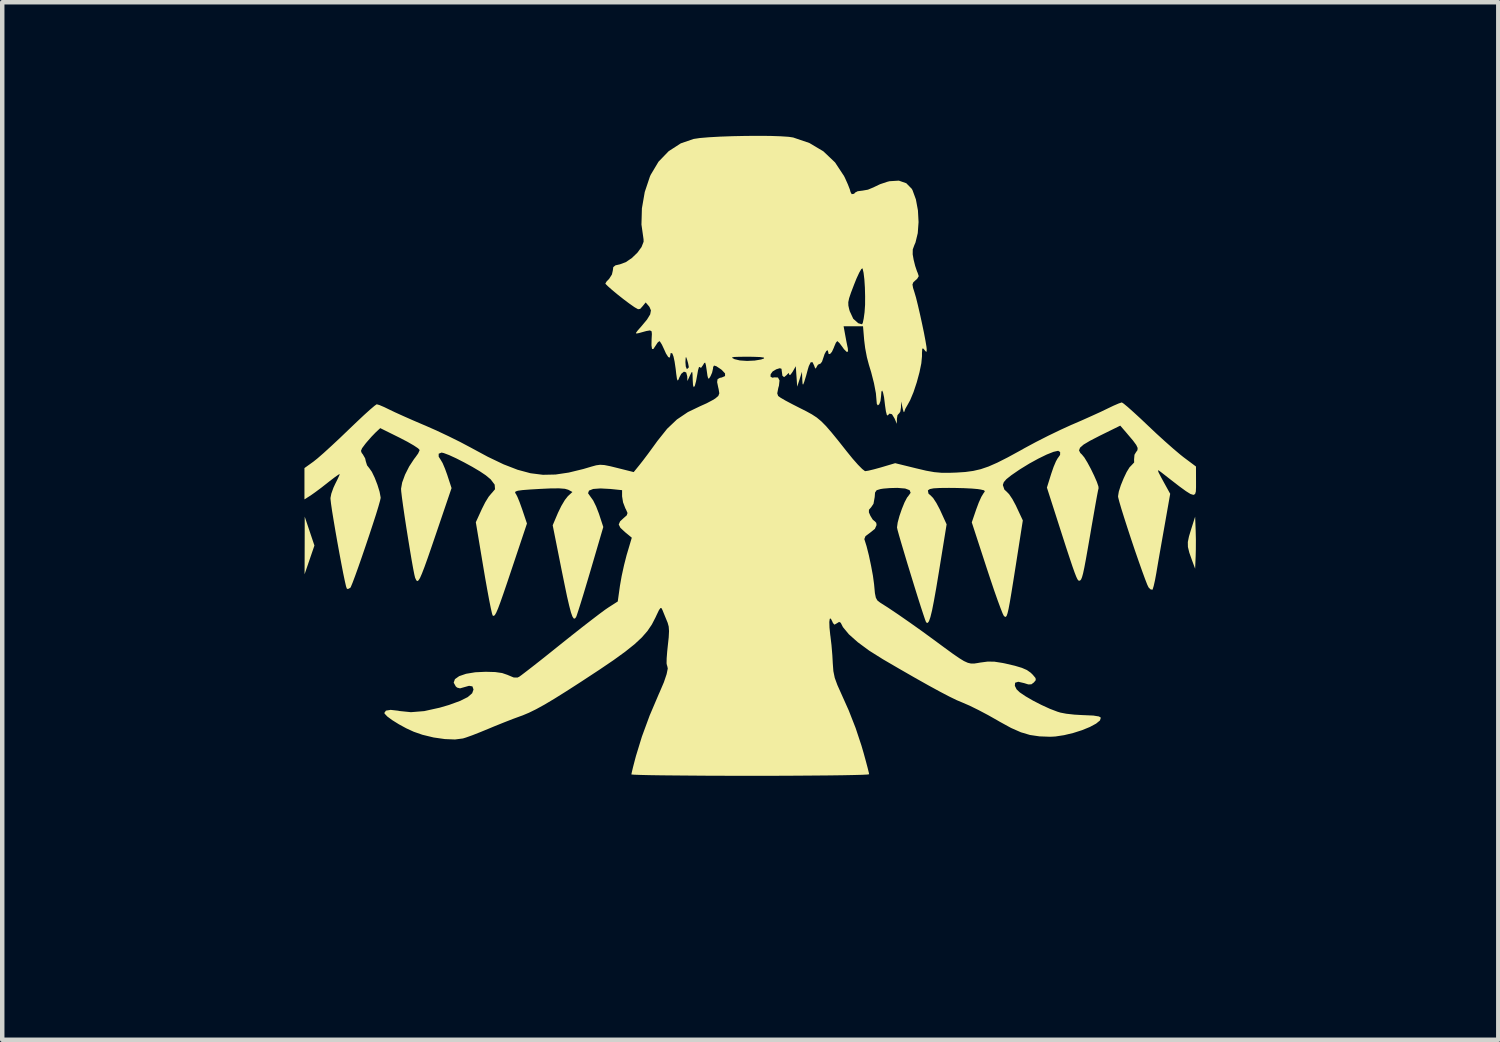
<source format=kicad_pcb>
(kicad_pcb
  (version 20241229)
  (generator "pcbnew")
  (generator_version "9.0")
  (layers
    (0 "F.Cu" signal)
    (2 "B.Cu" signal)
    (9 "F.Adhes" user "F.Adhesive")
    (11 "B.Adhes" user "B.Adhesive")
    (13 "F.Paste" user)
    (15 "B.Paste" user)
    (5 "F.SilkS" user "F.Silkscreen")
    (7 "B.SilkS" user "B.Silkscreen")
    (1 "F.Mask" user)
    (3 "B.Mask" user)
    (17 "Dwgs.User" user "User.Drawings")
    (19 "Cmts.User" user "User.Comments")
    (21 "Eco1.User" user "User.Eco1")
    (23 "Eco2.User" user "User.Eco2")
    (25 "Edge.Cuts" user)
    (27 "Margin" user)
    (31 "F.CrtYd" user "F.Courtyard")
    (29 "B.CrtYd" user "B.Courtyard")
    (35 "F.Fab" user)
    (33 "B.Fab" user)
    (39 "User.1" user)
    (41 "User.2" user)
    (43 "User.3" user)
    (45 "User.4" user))
  (footprint "LOGO_FLAN_001-20x15"
    (layer "F.Cu")
    (at 13.796 6.862)
    (property "Reference" "LOGO_FLAN_001-20x15" (at 0 9.017 0) (layer "Eco1.User") (effects (font (size 1.524 1.524) (thickness 0.3))))
    (attr through_hole)
    (fp_poly (pts (xy -9.895 2.013) (xy -9.786 2.337) (xy -10.007 2.982) (xy -10.005 2.336) (xy -10.004 1.689)) (stroke (width 0) (type solid)) (fill yes) (layer "F.SilkS"))
    (fp_poly (pts (xy 10.001 1.993) (xy 10.006 2.2) (xy 10.005 2.423) (xy 10.001 2.577) (xy 9.989 2.857) (xy 9.919 2.669) (xy 9.858 2.496) (xy 9.827 2.369) (xy 9.825 2.258) (xy 9.851 2.132) (xy 9.893 1.993) (xy 9.989 1.689)) (stroke (width 0) (type solid)) (fill yes) (layer "F.SilkS"))
    (fp_poly (pts (xy 0.451 -6.86) (xy 0.683 -6.852) (xy 0.864 -6.84) (xy 0.963 -6.825) (xy 1.328 -6.701) (xy 1.643 -6.513) (xy 1.904 -6.265) (xy 2.105 -5.96) (xy 2.129 -5.912) (xy 2.191 -5.774) (xy 2.235 -5.661) (xy 2.252 -5.599) (xy 2.252 -5.599) (xy 2.278 -5.552) (xy 2.331 -5.561) (xy 2.356 -5.589) (xy 2.412 -5.618) (xy 2.512 -5.631) (xy 2.515 -5.631) (xy 2.642 -5.653) (xy 2.774 -5.708) (xy 2.787 -5.715) (xy 2.915 -5.776) (xy 3.073 -5.829) (xy 3.127 -5.843) (xy 3.336 -5.856) (xy 3.503 -5.798) (xy 3.626 -5.673) (xy 3.644 -5.64) (xy 3.719 -5.435) (xy 3.765 -5.187) (xy 3.779 -4.926) (xy 3.761 -4.677) (xy 3.71 -4.467) (xy 3.684 -4.407) (xy 3.649 -4.312) (xy 3.647 -4.202) (xy 3.668 -4.081) (xy 3.703 -3.941) (xy 3.743 -3.822) (xy 3.759 -3.785) (xy 3.783 -3.711) (xy 3.746 -3.649) (xy 3.714 -3.622) (xy 3.661 -3.573) (xy 3.642 -3.524) (xy 3.656 -3.446) (xy 3.687 -3.348) (xy 3.722 -3.229) (xy 3.764 -3.059) (xy 3.811 -2.857) (xy 3.858 -2.642) (xy 3.901 -2.436) (xy 3.935 -2.256) (xy 3.957 -2.123) (xy 3.962 -2.067) (xy 3.958 -2.011) (xy 3.933 -2.027) (xy 3.908 -2.06) (xy 3.877 -2.093) (xy 3.861 -2.073) (xy 3.856 -1.988) (xy 3.856 -1.912) (xy 3.841 -1.754) (xy 3.799 -1.55) (xy 3.738 -1.325) (xy 3.666 -1.108) (xy 3.59 -0.926) (xy 3.536 -0.828) (xy 3.482 -0.733) (xy 3.456 -0.661) (xy 3.446 -0.659) (xy 3.426 -0.723) (xy 3.42 -0.751) (xy 3.389 -0.897) (xy 3.384 -0.761) (xy 3.369 -0.669) (xy 3.34 -0.626) (xy 3.337 -0.626) (xy 3.306 -0.59) (xy 3.293 -0.511) (xy 3.291 -0.396) (xy 3.241 -0.514) (xy 3.182 -0.611) (xy 3.126 -0.625) (xy 3.085 -0.582) (xy 3.067 -0.595) (xy 3.046 -0.674) (xy 3.027 -0.804) (xy 3.024 -0.829) (xy 3.004 -0.993) (xy 2.981 -1.1) (xy 2.961 -1.144) (xy 2.945 -1.119) (xy 2.937 -1.017) (xy 2.924 -0.908) (xy 2.896 -0.835) (xy 2.865 -0.81) (xy 2.842 -0.843) (xy 2.836 -0.907) (xy 2.821 -1.082) (xy 2.778 -1.308) (xy 2.714 -1.558) (xy 2.664 -1.721) (xy 2.619 -1.891) (xy 2.58 -2.097) (xy 2.558 -2.273) (xy 2.532 -2.586) (xy 2.096 -2.586) (xy 2.132 -2.388) (xy 2.158 -2.248) (xy 2.182 -2.129) (xy 2.19 -2.096) (xy 2.196 -2.019) (xy 2.165 -2.011) (xy 2.104 -2.072) (xy 2.065 -2.127) (xy 2.002 -2.21) (xy 1.958 -2.251) (xy 1.953 -2.252) (xy 1.923 -2.217) (xy 1.885 -2.129) (xy 1.877 -2.106) (xy 1.834 -2.012) (xy 1.79 -1.962) (xy 1.758 -1.966) (xy 1.752 -2.002) (xy 1.738 -2.049) (xy 1.707 -2.031) (xy 1.669 -1.963) (xy 1.644 -1.887) (xy 1.611 -1.791) (xy 1.575 -1.745) (xy 1.566 -1.744) (xy 1.52 -1.723) (xy 1.495 -1.682) (xy 1.47 -1.634) (xy 1.45 -1.659) (xy 1.436 -1.7) (xy 1.398 -1.78) (xy 1.357 -1.777) (xy 1.315 -1.692) (xy 1.292 -1.616) (xy 1.255 -1.478) (xy 1.218 -1.358) (xy 1.211 -1.335) (xy 1.188 -1.278) (xy 1.175 -1.287) (xy 1.169 -1.37) (xy 1.168 -1.397) (xy 1.161 -1.564) (xy 1.108 -1.397) (xy 1.054 -1.23) (xy 1.038 -1.46) (xy 1.022 -1.689) (xy 0.951 -1.564) (xy 0.904 -1.498) (xy 0.878 -1.492) (xy 0.876 -1.501) (xy 0.865 -1.538) (xy 0.829 -1.506) (xy 0.818 -1.492) (xy 0.76 -1.444) (xy 0.722 -1.475) (xy 0.709 -1.569) (xy 0.701 -1.632) (xy 0.662 -1.644) (xy 0.584 -1.62) (xy 0.503 -1.572) (xy 0.458 -1.51) (xy 0.454 -1.456) (xy 0.496 -1.431) (xy 0.542 -1.439) (xy 0.622 -1.436) (xy 0.657 -1.37) (xy 0.644 -1.251) (xy 0.63 -1.204) (xy 0.606 -1.08) (xy 0.626 -1.021) (xy 0.679 -0.983) (xy 0.79 -0.918) (xy 0.943 -0.837) (xy 1.1 -0.757) (xy 1.257 -0.678) (xy 1.384 -0.608) (xy 1.493 -0.537) (xy 1.595 -0.452) (xy 1.701 -0.345) (xy 1.824 -0.203) (xy 1.976 -0.017) (xy 2.165 0.222) (xy 2.298 0.386) (xy 2.418 0.522) (xy 2.514 0.619) (xy 2.574 0.665) (xy 2.582 0.667) (xy 2.653 0.656) (xy 2.778 0.626) (xy 2.931 0.584) (xy 2.951 0.578) (xy 3.254 0.488) (xy 3.722 0.603) (xy 3.95 0.657) (xy 4.131 0.689) (xy 4.297 0.704) (xy 4.483 0.704) (xy 4.628 0.699) (xy 4.828 0.686) (xy 5.005 0.662) (xy 5.174 0.623) (xy 5.35 0.563) (xy 5.548 0.476) (xy 5.783 0.357) (xy 6.069 0.201) (xy 6.161 0.149) (xy 6.412 0.014) (xy 6.693 -0.129) (xy 6.971 -0.263) (xy 7.212 -0.373) (xy 7.225 -0.378) (xy 7.447 -0.474) (xy 7.672 -0.575) (xy 7.872 -0.666) (xy 8.017 -0.736) (xy 8.159 -0.804) (xy 8.273 -0.853) (xy 8.339 -0.875) (xy 8.343 -0.876) (xy 8.386 -0.848) (xy 8.478 -0.772) (xy 8.609 -0.655) (xy 8.768 -0.509) (xy 8.92 -0.365) (xy 9.117 -0.179) (xy 9.317 0.003) (xy 9.503 0.167) (xy 9.657 0.297) (xy 9.73 0.355) (xy 10.008 0.563) (xy 10.009 0.909) (xy 10.009 1.033) (xy 10.005 1.125) (xy 9.988 1.181) (xy 9.951 1.2) (xy 9.885 1.18) (xy 9.784 1.117) (xy 9.638 1.011) (xy 9.44 0.858) (xy 9.222 0.688) (xy 9.172 0.652) (xy 9.154 0.652) (xy 9.17 0.699) (xy 9.224 0.803) (xy 9.272 0.891) (xy 9.429 1.176) (xy 9.303 1.892) (xy 9.256 2.157) (xy 9.209 2.424) (xy 9.166 2.669) (xy 9.132 2.868) (xy 9.118 2.953) (xy 9.088 3.115) (xy 9.059 3.244) (xy 9.036 3.319) (xy 9.031 3.329) (xy 8.988 3.322) (xy 8.944 3.278) (xy 8.914 3.216) (xy 8.864 3.087) (xy 8.798 2.907) (xy 8.721 2.689) (xy 8.637 2.447) (xy 8.552 2.194) (xy 8.47 1.944) (xy 8.395 1.711) (xy 8.332 1.51) (xy 8.286 1.352) (xy 8.261 1.254) (xy 8.258 1.231) (xy 8.275 1.126) (xy 8.32 0.985) (xy 8.383 0.83) (xy 8.451 0.687) (xy 8.516 0.581) (xy 8.558 0.538) (xy 8.62 0.472) (xy 8.618 0.405) (xy 8.627 0.299) (xy 8.661 0.242) (xy 8.694 0.196) (xy 8.698 0.146) (xy 8.667 0.079) (xy 8.594 -0.02) (xy 8.472 -0.164) (xy 8.452 -0.188) (xy 8.308 -0.355) (xy 7.845 -0.127) (xy 7.63 -0.016) (xy 7.485 0.07) (xy 7.405 0.14) (xy 7.382 0.201) (xy 7.411 0.259) (xy 7.448 0.295) (xy 7.502 0.361) (xy 7.572 0.476) (xy 7.649 0.619) (xy 7.722 0.77) (xy 7.782 0.907) (xy 7.817 1.009) (xy 7.821 1.051) (xy 7.808 1.106) (xy 7.784 1.231) (xy 7.751 1.414) (xy 7.711 1.643) (xy 7.665 1.905) (xy 7.636 2.076) (xy 7.58 2.398) (xy 7.536 2.647) (xy 7.501 2.832) (xy 7.473 2.963) (xy 7.449 3.049) (xy 7.428 3.099) (xy 7.407 3.122) (xy 7.385 3.128) (xy 7.383 3.128) (xy 7.367 3.121) (xy 7.346 3.093) (xy 7.32 3.038) (xy 7.284 2.946) (xy 7.236 2.811) (xy 7.173 2.623) (xy 7.091 2.375) (xy 6.989 2.058) (xy 6.94 1.905) (xy 6.661 1.036) (xy 6.758 0.725) (xy 6.811 0.571) (xy 6.864 0.446) (xy 6.905 0.374) (xy 6.91 0.369) (xy 6.957 0.302) (xy 6.958 0.238) (xy 6.914 0.21) (xy 6.913 0.21) (xy 6.81 0.233) (xy 6.656 0.294) (xy 6.468 0.386) (xy 6.264 0.498) (xy 6.062 0.622) (xy 6.03 0.643) (xy 5.86 0.76) (xy 5.751 0.847) (xy 5.693 0.914) (xy 5.673 0.972) (xy 5.672 0.981) (xy 5.706 1.081) (xy 5.755 1.126) (xy 5.812 1.184) (xy 5.887 1.296) (xy 5.965 1.441) (xy 5.979 1.472) (xy 6.12 1.773) (xy 5.962 2.783) (xy 5.907 3.13) (xy 5.863 3.403) (xy 5.828 3.61) (xy 5.8 3.759) (xy 5.777 3.858) (xy 5.757 3.915) (xy 5.738 3.939) (xy 5.718 3.937) (xy 5.695 3.917) (xy 5.693 3.915) (xy 5.666 3.861) (xy 5.618 3.739) (xy 5.552 3.56) (xy 5.473 3.335) (xy 5.386 3.076) (xy 5.307 2.838) (xy 4.974 1.817) (xy 5.073 1.527) (xy 5.13 1.374) (xy 5.188 1.245) (xy 5.234 1.169) (xy 5.235 1.167) (xy 5.267 1.123) (xy 5.25 1.097) (xy 5.171 1.079) (xy 5.105 1.069) (xy 4.979 1.058) (xy 4.798 1.049) (xy 4.591 1.044) (xy 4.461 1.043) (xy 4.254 1.045) (xy 4.116 1.053) (xy 4.034 1.069) (xy 3.995 1.093) (xy 3.989 1.105) (xy 4.002 1.172) (xy 4.049 1.212) (xy 4.106 1.27) (xy 4.18 1.383) (xy 4.257 1.528) (xy 4.271 1.559) (xy 4.409 1.861) (xy 4.235 2.933) (xy 4.175 3.295) (xy 4.124 3.58) (xy 4.082 3.794) (xy 4.045 3.944) (xy 4.013 4.036) (xy 3.985 4.075) (xy 3.957 4.068) (xy 3.946 4.054) (xy 3.925 3.999) (xy 3.884 3.878) (xy 3.827 3.704) (xy 3.759 3.49) (xy 3.684 3.249) (xy 3.606 2.995) (xy 3.528 2.741) (xy 3.456 2.5) (xy 3.392 2.285) (xy 3.341 2.11) (xy 3.307 1.987) (xy 3.295 1.93) (xy 3.295 1.93) (xy 3.31 1.821) (xy 3.35 1.673) (xy 3.405 1.513) (xy 3.465 1.366) (xy 3.521 1.26) (xy 3.545 1.231) (xy 3.601 1.153) (xy 3.578 1.094) (xy 3.479 1.057) (xy 3.306 1.043) (xy 3.295 1.043) (xy 3.136 1.047) (xy 2.989 1.059) (xy 2.925 1.069) (xy 2.838 1.095) (xy 2.802 1.147) (xy 2.794 1.25) (xy 2.767 1.4) (xy 2.715 1.477) (xy 2.665 1.534) (xy 2.664 1.593) (xy 2.698 1.671) (xy 2.75 1.755) (xy 2.795 1.793) (xy 2.797 1.793) (xy 2.829 1.828) (xy 2.836 1.878) (xy 2.798 1.963) (xy 2.691 2.049) (xy 2.688 2.051) (xy 2.587 2.127) (xy 2.561 2.193) (xy 2.563 2.198) (xy 2.611 2.351) (xy 2.663 2.556) (xy 2.712 2.787) (xy 2.754 3.013) (xy 2.78 3.205) (xy 2.784 3.246) (xy 2.799 3.408) (xy 2.82 3.509) (xy 2.854 3.57) (xy 2.91 3.614) (xy 2.915 3.618) (xy 3.094 3.732) (xy 3.322 3.885) (xy 3.581 4.065) (xy 3.853 4.258) (xy 4.108 4.444) (xy 4.355 4.626) (xy 4.544 4.764) (xy 4.689 4.864) (xy 4.798 4.931) (xy 4.884 4.97) (xy 4.957 4.987) (xy 5.028 4.987) (xy 5.108 4.975) (xy 5.164 4.965) (xy 5.33 4.943) (xy 5.482 4.945) (xy 5.661 4.973) (xy 5.721 4.985) (xy 5.943 5.037) (xy 6.1 5.084) (xy 6.212 5.133) (xy 6.297 5.193) (xy 6.344 5.239) (xy 6.405 5.312) (xy 6.411 5.359) (xy 6.369 5.411) (xy 6.312 5.453) (xy 6.244 5.456) (xy 6.148 5.426) (xy 6.018 5.396) (xy 5.947 5.418) (xy 5.941 5.487) (xy 5.98 5.566) (xy 6.051 5.634) (xy 6.181 5.722) (xy 6.35 5.82) (xy 6.539 5.917) (xy 6.729 6.004) (xy 6.9 6.069) (xy 6.966 6.089) (xy 7.097 6.114) (xy 7.277 6.134) (xy 7.47 6.145) (xy 7.503 6.146) (xy 7.704 6.155) (xy 7.829 6.175) (xy 7.872 6.202) (xy 7.852 6.265) (xy 7.765 6.336) (xy 7.626 6.411) (xy 7.45 6.483) (xy 7.252 6.546) (xy 7.047 6.595) (xy 6.85 6.625) (xy 6.736 6.631) (xy 6.493 6.622) (xy 6.281 6.591) (xy 6.076 6.53) (xy 5.856 6.433) (xy 5.597 6.291) (xy 5.553 6.265) (xy 5.341 6.145) (xy 5.123 6.03) (xy 4.924 5.932) (xy 4.771 5.866) (xy 4.64 5.811) (xy 4.475 5.731) (xy 4.268 5.623) (xy 4.013 5.484) (xy 3.705 5.311) (xy 3.336 5.099) (xy 2.979 4.891) (xy 2.67 4.697) (xy 2.413 4.507) (xy 2.214 4.33) (xy 2.081 4.169) (xy 2.031 4.071) (xy 1.995 4.052) (xy 1.947 4.082) (xy 1.891 4.114) (xy 1.857 4.078) (xy 1.842 4.043) (xy 1.808 3.976) (xy 1.785 3.983) (xy 1.775 4.054) (xy 1.779 4.181) (xy 1.797 4.355) (xy 1.799 4.364) (xy 1.824 4.574) (xy 1.843 4.801) (xy 1.853 4.984) (xy 1.866 5.157) (xy 1.897 5.308) (xy 1.957 5.472) (xy 2.019 5.61) (xy 2.211 6.039) (xy 2.366 6.435) (xy 2.497 6.83) (xy 2.546 6.998) (xy 2.596 7.18) (xy 2.636 7.331) (xy 2.662 7.436) (xy 2.669 7.473) (xy 2.629 7.479) (xy 2.512 7.485) (xy 2.325 7.49) (xy 2.076 7.495) (xy 1.772 7.499) (xy 1.419 7.502) (xy 1.025 7.505) (xy 0.596 7.507) (xy 0.139 7.507) (xy 0 7.507) (xy -0.463 7.507) (xy -0.901 7.506) (xy -1.307 7.503) (xy -1.673 7.5) (xy -1.992 7.497) (xy -2.258 7.493) (xy -2.464 7.488) (xy -2.602 7.483) (xy -2.666 7.478) (xy -2.669 7.476) (xy -2.659 7.425) (xy -2.632 7.312) (xy -2.592 7.158) (xy -2.566 7.061) (xy -2.433 6.627) (xy -2.259 6.154) (xy -2.052 5.668) (xy -2.035 5.631) (xy -1.939 5.406) (xy -1.878 5.225) (xy -1.852 5.098) (xy -1.866 5.033) (xy -1.87 5.03) (xy -1.879 4.983) (xy -1.877 4.872) (xy -1.865 4.716) (xy -1.853 4.601) (xy -1.831 4.4) (xy -1.824 4.259) (xy -1.831 4.157) (xy -1.854 4.073) (xy -1.865 4.046) (xy -1.918 3.917) (xy -1.965 3.802) (xy -1.967 3.795) (xy -1.991 3.745) (xy -2.015 3.739) (xy -2.049 3.786) (xy -2.102 3.896) (xy -2.127 3.95) (xy -2.209 4.109) (xy -2.309 4.257) (xy -2.436 4.402) (xy -2.599 4.554) (xy -2.807 4.72) (xy -3.069 4.91) (xy -3.395 5.131) (xy -3.415 5.144) (xy -3.797 5.395) (xy -4.12 5.603) (xy -4.39 5.772) (xy -4.616 5.907) (xy -4.807 6.012) (xy -4.97 6.092) (xy -5.113 6.152) (xy -5.172 6.173) (xy -5.33 6.231) (xy -5.532 6.31) (xy -5.748 6.397) (xy -5.865 6.446) (xy -6.057 6.525) (xy -6.237 6.596) (xy -6.383 6.648) (xy -6.451 6.669) (xy -6.629 6.692) (xy -6.857 6.683) (xy -7.11 6.647) (xy -7.362 6.586) (xy -7.557 6.518) (xy -7.724 6.441) (xy -7.889 6.351) (xy -8.037 6.259) (xy -8.15 6.176) (xy -8.21 6.112) (xy -8.216 6.095) (xy -8.18 6.044) (xy -8.074 6.027) (xy -7.909 6.046) (xy -7.875 6.053) (xy -7.619 6.079) (xy -7.321 6.055) (xy -6.973 5.978) (xy -6.765 5.917) (xy -6.515 5.826) (xy -6.343 5.74) (xy -6.244 5.654) (xy -6.214 5.57) (xy -6.238 5.5) (xy -6.314 5.487) (xy -6.417 5.516) (xy -6.517 5.544) (xy -6.582 5.527) (xy -6.612 5.501) (xy -6.659 5.416) (xy -6.631 5.337) (xy -6.536 5.27) (xy -6.381 5.217) (xy -6.175 5.183) (xy -5.941 5.172) (xy -5.727 5.178) (xy -5.572 5.2) (xy -5.452 5.241) (xy -5.429 5.251) (xy -5.312 5.3) (xy -5.229 5.302) (xy -5.192 5.286) (xy -5.139 5.248) (xy -5.03 5.165) (xy -4.875 5.045) (xy -4.684 4.895) (xy -4.467 4.722) (xy -4.255 4.552) (xy -4.013 4.359) (xy -3.781 4.176) (xy -3.569 4.012) (xy -3.391 3.876) (xy -3.256 3.776) (xy -3.187 3.729) (xy -2.975 3.593) (xy -2.926 3.241) (xy -2.888 3.025) (xy -2.834 2.778) (xy -2.776 2.551) (xy -2.768 2.525) (xy -2.66 2.161) (xy -2.811 2.037) (xy -2.916 1.939) (xy -2.953 1.865) (xy -2.923 1.795) (xy -2.847 1.724) (xy -2.773 1.659) (xy -2.756 1.607) (xy -2.789 1.53) (xy -2.805 1.501) (xy -2.856 1.368) (xy -2.878 1.232) (xy -2.878 1.232) (xy -2.878 1.094) (xy -3.139 1.067) (xy -3.365 1.055) (xy -3.527 1.067) (xy -3.621 1.104) (xy -3.642 1.163) (xy -3.586 1.243) (xy -3.586 1.243) (xy -3.527 1.325) (xy -3.461 1.459) (xy -3.4 1.617) (xy -3.397 1.625) (xy -3.3 1.921) (xy -3.587 2.9) (xy -3.669 3.175) (xy -3.744 3.426) (xy -3.81 3.64) (xy -3.863 3.806) (xy -3.898 3.912) (xy -3.911 3.944) (xy -3.937 3.977) (xy -3.964 3.975) (xy -3.993 3.931) (xy -4.026 3.839) (xy -4.065 3.691) (xy -4.114 3.48) (xy -4.172 3.2) (xy -4.235 2.891) (xy -4.436 1.882) (xy -4.318 1.604) (xy -4.243 1.45) (xy -4.163 1.315) (xy -4.096 1.23) (xy -3.993 1.135) (xy -4.086 1.085) (xy -4.162 1.063) (xy -4.294 1.053) (xy -4.492 1.055) (xy -4.706 1.065) (xy -4.945 1.079) (xy -5.112 1.092) (xy -5.216 1.106) (xy -5.269 1.124) (xy -5.281 1.148) (xy -5.263 1.18) (xy -5.26 1.182) (xy -5.228 1.244) (xy -5.18 1.361) (xy -5.126 1.511) (xy -5.117 1.537) (xy -5.014 1.843) (xy -5.344 2.829) (xy -5.455 3.16) (xy -5.543 3.418) (xy -5.612 3.614) (xy -5.664 3.753) (xy -5.704 3.845) (xy -5.734 3.897) (xy -5.757 3.917) (xy -5.777 3.912) (xy -5.785 3.906) (xy -5.8 3.857) (xy -5.827 3.737) (xy -5.863 3.558) (xy -5.905 3.331) (xy -5.952 3.068) (xy -5.99 2.843) (xy -6.162 1.814) (xy -6.027 1.518) (xy -5.951 1.367) (xy -5.874 1.242) (xy -5.812 1.167) (xy -5.805 1.161) (xy -5.731 1.073) (xy -5.739 0.97) (xy -5.828 0.852) (xy -5.94 0.759) (xy -6.073 0.67) (xy -6.24 0.571) (xy -6.423 0.471) (xy -6.603 0.379) (xy -6.762 0.306) (xy -6.882 0.261) (xy -6.932 0.25) (xy -6.996 0.276) (xy -6.996 0.342) (xy -6.95 0.414) (xy -6.908 0.485) (xy -6.855 0.61) (xy -6.8 0.761) (xy -6.8 0.763) (xy -6.707 1.047) (xy -7.027 1.989) (xy -7.145 2.335) (xy -7.24 2.61) (xy -7.315 2.819) (xy -7.373 2.969) (xy -7.416 3.067) (xy -7.45 3.12) (xy -7.475 3.136) (xy -7.497 3.12) (xy -7.517 3.079) (xy -7.526 3.058) (xy -7.543 2.987) (xy -7.57 2.849) (xy -7.604 2.659) (xy -7.642 2.432) (xy -7.683 2.181) (xy -7.724 1.924) (xy -7.762 1.675) (xy -7.795 1.448) (xy -7.821 1.259) (xy -7.837 1.123) (xy -7.841 1.062) (xy -7.816 0.922) (xy -7.751 0.745) (xy -7.658 0.561) (xy -7.549 0.395) (xy -7.523 0.362) (xy -7.457 0.27) (xy -7.425 0.199) (xy -7.424 0.192) (xy -7.459 0.154) (xy -7.555 0.09) (xy -7.697 0.008) (xy -7.866 -0.08) (xy -8.308 -0.299) (xy -8.412 -0.202) (xy -8.504 -0.107) (xy -8.609 0.013) (xy -8.643 0.054) (xy -8.716 0.152) (xy -8.741 0.212) (xy -8.724 0.259) (xy -8.701 0.287) (xy -8.647 0.38) (xy -8.633 0.445) (xy -8.604 0.537) (xy -8.552 0.603) (xy -8.496 0.683) (xy -8.432 0.816) (xy -8.371 0.974) (xy -8.323 1.129) (xy -8.3 1.252) (xy -8.299 1.27) (xy -8.313 1.333) (xy -8.349 1.461) (xy -8.404 1.641) (xy -8.474 1.857) (xy -8.553 2.097) (xy -8.637 2.347) (xy -8.721 2.593) (xy -8.801 2.822) (xy -8.872 3.019) (xy -8.929 3.171) (xy -8.968 3.265) (xy -8.98 3.286) (xy -9.035 3.315) (xy -9.059 3.303) (xy -9.076 3.254) (xy -9.103 3.136) (xy -9.139 2.964) (xy -9.18 2.752) (xy -9.225 2.512) (xy -9.271 2.26) (xy -9.315 2.009) (xy -9.355 1.772) (xy -9.389 1.565) (xy -9.413 1.4) (xy -9.425 1.293) (xy -9.426 1.269) (xy -9.407 1.173) (xy -9.36 1.041) (xy -9.322 0.959) (xy -9.264 0.842) (xy -9.226 0.758) (xy -9.217 0.732) (xy -9.247 0.746) (xy -9.327 0.802) (xy -9.441 0.889) (xy -9.488 0.926) (xy -9.632 1.039) (xy -9.769 1.141) (xy -9.871 1.213) (xy -9.884 1.221) (xy -10.01 1.301) (xy -10.01 0.598) (xy -9.812 0.456) (xy -9.719 0.382) (xy -9.58 0.261) (xy -9.409 0.105) (xy -9.218 -0.073) (xy -9.023 -0.26) (xy -8.839 -0.436) (xy -8.674 -0.591) (xy -8.538 -0.714) (xy -8.439 -0.798) (xy -8.389 -0.834) (xy -8.386 -0.834) (xy -8.326 -0.817) (xy -8.218 -0.771) (xy -8.101 -0.714) (xy -7.973 -0.653) (xy -7.79 -0.57) (xy -7.575 -0.475) (xy -7.349 -0.378) (xy -7.299 -0.357) (xy -7.047 -0.246) (xy -6.776 -0.118) (xy -6.517 0.01) (xy -6.302 0.124) (xy -6.298 0.126) (xy -5.892 0.345) (xy -5.539 0.514) (xy -5.224 0.636) (xy -4.934 0.714) (xy -4.655 0.749) (xy -4.373 0.743) (xy -4.076 0.699) (xy -3.748 0.619) (xy -3.566 0.565) (xy -3.461 0.536) (xy -3.373 0.524) (xy -3.276 0.53) (xy -3.145 0.556) (xy -2.987 0.595) (xy -2.617 0.688) (xy -2.487 0.528) (xy -2.407 0.426) (xy -2.296 0.279) (xy -2.171 0.108) (xy -2.084 -0.012) (xy -1.867 -0.284) (xy -1.647 -0.493) (xy -1.401 -0.659) (xy -1.126 -0.791) (xy -0.979 -0.857) (xy -0.847 -0.927) (xy -0.786 -0.964) (xy -0.718 -1.021) (xy -0.695 -1.08) (xy -0.71 -1.175) (xy -0.719 -1.211) (xy -0.744 -1.333) (xy -0.734 -1.398) (xy -0.682 -1.428) (xy -0.642 -1.435) (xy -0.566 -1.468) (xy -0.566 -1.527) (xy -0.64 -1.606) (xy -0.661 -1.622) (xy -0.762 -1.689) (xy -0.814 -1.704) (xy -0.834 -1.668) (xy -0.836 -1.637) (xy -0.857 -1.545) (xy -0.892 -1.465) (xy -0.924 -1.414) (xy -0.945 -1.414) (xy -0.961 -1.476) (xy -0.977 -1.59) (xy -0.996 -1.716) (xy -1.012 -1.769) (xy -1.033 -1.762) (xy -1.061 -1.714) (xy -1.105 -1.652) (xy -1.133 -1.667) (xy -1.135 -1.672) (xy -1.151 -1.67) (xy -1.172 -1.601) (xy -1.185 -1.527) (xy -1.217 -1.352) (xy -1.245 -1.248) (xy -1.268 -1.217) (xy -1.285 -1.264) (xy -1.292 -1.376) (xy -1.296 -1.505) (xy -1.303 -1.56) (xy -1.32 -1.551) (xy -1.352 -1.485) (xy -1.354 -1.481) (xy -1.411 -1.356) (xy -1.415 -1.463) (xy -1.438 -1.549) (xy -1.489 -1.567) (xy -1.549 -1.519) (xy -1.59 -1.442) (xy -1.615 -1.382) (xy -1.633 -1.368) (xy -1.647 -1.412) (xy -1.663 -1.523) (xy -1.674 -1.624) (xy -1.697 -1.78) (xy -1.697 -1.783) (xy -1.456 -1.783) (xy -1.448 -1.683) (xy -1.426 -1.629) (xy -1.418 -1.627) (xy -1.382 -1.659) (xy -1.381 -1.679) (xy -1.396 -1.757) (xy -1.418 -1.835) (xy -1.438 -1.889) (xy -0.405 -1.889) (xy -0.403 -1.874) (xy -0.358 -1.85) (xy -0.353 -1.847) (xy -0.234 -1.819) (xy -0.073 -1.808) (xy 0.099 -1.816) (xy 0.244 -1.84) (xy 0.31 -1.864) (xy 0.306 -1.883) (xy 0.222 -1.895) (xy 0.06 -1.901) (xy -0.049 -1.902) (xy -0.238 -1.901) (xy -0.353 -1.897) (xy -0.405 -1.889) (xy -1.438 -1.889) (xy -1.44 -1.893) (xy -1.45 -1.883) (xy -1.455 -1.797) (xy -1.456 -1.783) (xy -1.697 -1.783) (xy -1.723 -1.905) (xy -1.749 -1.973) (xy -1.751 -1.977) (xy -1.786 -1.987) (xy -1.793 -1.948) (xy -1.806 -1.883) (xy -1.841 -1.894) (xy -1.892 -1.974) (xy -1.933 -2.065) (xy -1.984 -2.174) (xy -2.026 -2.241) (xy -2.041 -2.252) (xy -2.08 -2.22) (xy -2.127 -2.148) (xy -2.176 -2.075) (xy -2.206 -2.078) (xy -2.218 -2.159) (xy -2.215 -2.3) (xy -2.209 -2.411) (xy -2.215 -2.472) (xy -2.252 -2.493) (xy -2.334 -2.479) (xy -2.479 -2.439) (xy -2.502 -2.433) (xy -2.557 -2.422) (xy -2.566 -2.438) (xy -2.527 -2.492) (xy -2.448 -2.581) (xy -2.318 -2.737) (xy -2.247 -2.853) (xy -2.23 -2.943) (xy -2.263 -3.02) (xy -2.275 -3.036) (xy -2.348 -3.121) (xy -2.42 -3.033) (xy -2.472 -2.976) (xy -2.519 -2.969) (xy -2.594 -3.011) (xy -2.612 -3.023) (xy -2.717 -3.097) (xy -2.756 -3.126) (xy 2.201 -3.126) (xy 2.203 -3.05) (xy 2.221 -2.968) (xy 2.234 -2.923) (xy 2.313 -2.754) (xy 2.426 -2.654) (xy 2.51 -2.63) (xy 2.528 -2.667) (xy 2.548 -2.765) (xy 2.567 -2.904) (xy 2.567 -2.906) (xy 2.578 -3.068) (xy 2.579 -3.258) (xy 2.574 -3.456) (xy 2.562 -3.64) (xy 2.544 -3.788) (xy 2.523 -3.878) (xy 2.518 -3.887) (xy 2.493 -3.87) (xy 2.446 -3.789) (xy 2.385 -3.657) (xy 2.333 -3.527) (xy 2.263 -3.344) (xy 2.22 -3.217) (xy 2.201 -3.126) (xy -2.756 -3.126) (xy -2.845 -3.193) (xy -2.979 -3.299) (xy -3.102 -3.401) (xy -3.197 -3.485) (xy -3.249 -3.537) (xy -3.253 -3.546) (xy -3.226 -3.592) (xy -3.17 -3.649) (xy -3.106 -3.749) (xy -3.086 -3.838) (xy -3.076 -3.914) (xy -3.027 -3.954) (xy -2.926 -3.977) (xy -2.794 -4.026) (xy -2.658 -4.119) (xy -2.534 -4.238) (xy -2.441 -4.366) (xy -2.395 -4.484) (xy -2.396 -4.539) (xy -2.443 -4.87) (xy -2.433 -5.233) (xy -2.369 -5.601) (xy -2.254 -5.945) (xy -2.235 -5.988) (xy -2.06 -6.281) (xy -1.831 -6.518) (xy -1.56 -6.693) (xy -1.272 -6.792) (xy -1.131 -6.813) (xy -0.928 -6.83) (xy -0.679 -6.844) (xy -0.4 -6.854) (xy -0.107 -6.86) (xy 0.181 -6.862)) (stroke (width 0) (type solid)) (fill yes) (layer "F.SilkS")))
  (gr_rect
    (start -3 -3)
    (end 30.592 20.297)
    (stroke (width 0.1) (type default))
    (fill no)
    (layer "Edge.Cuts")))
</source>
